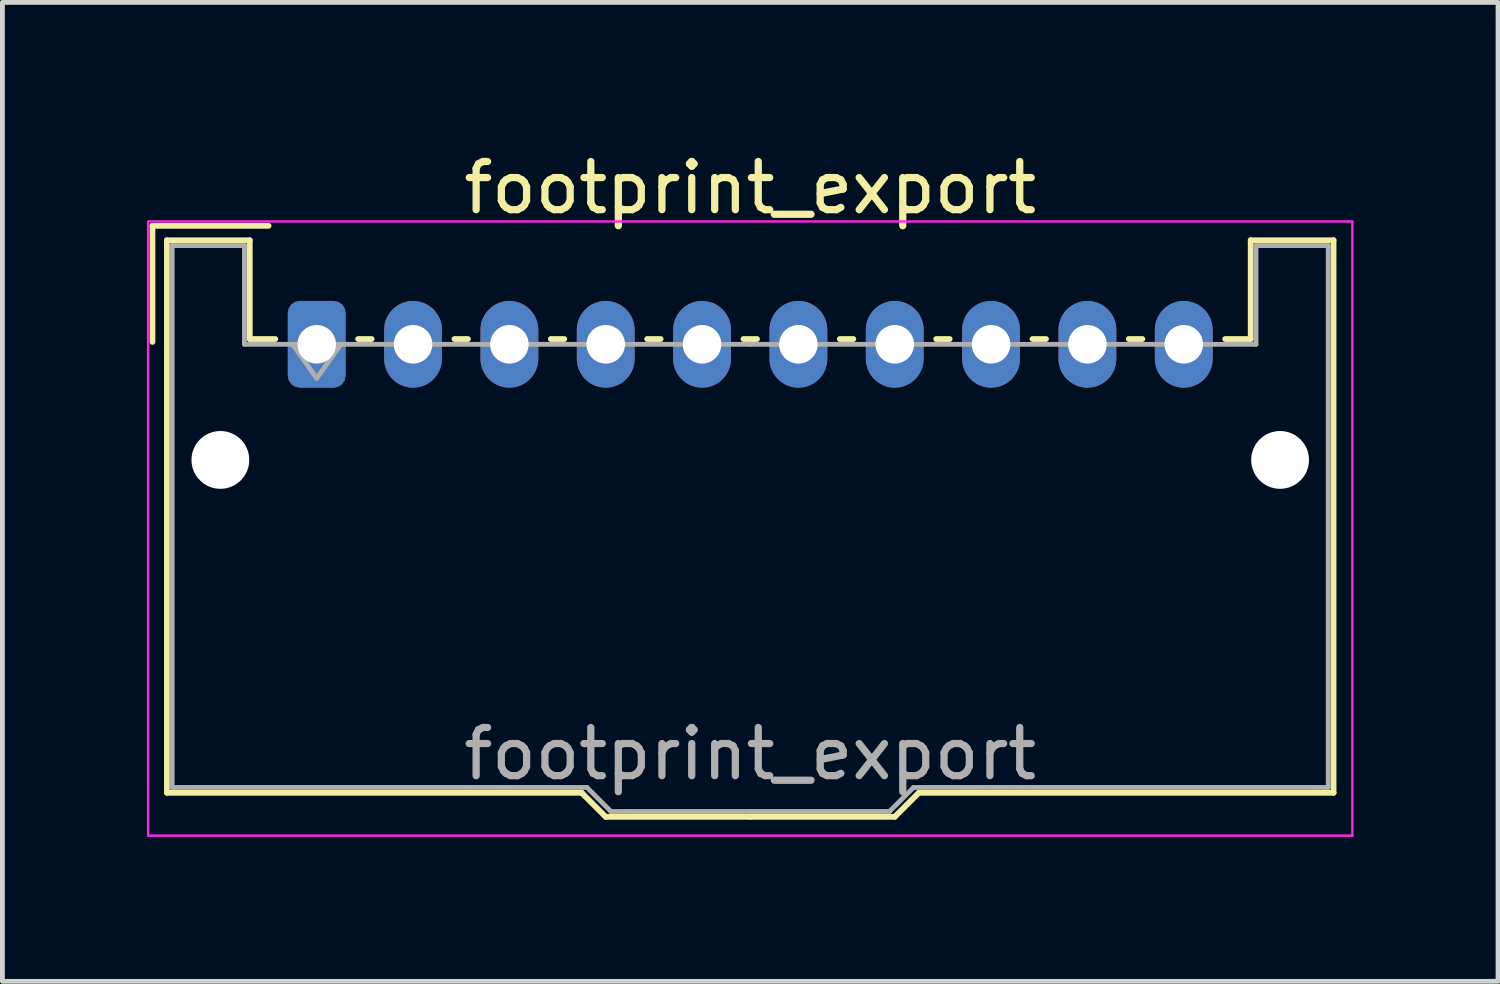
<source format=kicad_pcb>
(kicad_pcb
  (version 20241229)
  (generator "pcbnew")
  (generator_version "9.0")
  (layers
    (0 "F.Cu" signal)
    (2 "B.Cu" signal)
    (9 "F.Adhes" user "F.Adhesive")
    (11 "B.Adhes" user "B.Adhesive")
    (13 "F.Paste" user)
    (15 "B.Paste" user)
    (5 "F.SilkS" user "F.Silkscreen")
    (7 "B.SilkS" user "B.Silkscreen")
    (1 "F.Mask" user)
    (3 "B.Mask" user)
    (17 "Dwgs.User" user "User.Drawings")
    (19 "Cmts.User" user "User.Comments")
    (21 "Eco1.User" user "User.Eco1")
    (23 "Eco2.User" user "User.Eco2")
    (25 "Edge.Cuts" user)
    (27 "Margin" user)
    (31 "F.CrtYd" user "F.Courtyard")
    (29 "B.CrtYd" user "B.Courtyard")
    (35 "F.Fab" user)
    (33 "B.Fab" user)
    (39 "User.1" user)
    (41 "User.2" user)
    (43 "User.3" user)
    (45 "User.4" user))
  (footprint "footprint_export"
    (layer "F.Cu")
    (at 3.525 4.098)
    (property "Reference" "footprint_export" (at 9 -3.25 0) (layer "F.SilkS") (effects (font (size 1 1) (thickness 0.15))))
    (attr through_hole)
    (fp_line (start -3.41 -2.46) (end -1 -2.46) (stroke (width 0.12) (type solid)) (layer "F.SilkS"))
    (fp_line (start -3.41 -0.05) (end -3.41 -2.46) (stroke (width 0.12) (type solid)) (layer "F.SilkS"))
    (fp_line (start -3.11 -2.16) (end -1.39 -2.16) (stroke (width 0.12) (type solid)) (layer "F.SilkS"))
    (fp_line (start -3.11 9.31) (end -3.11 -2.16) (stroke (width 0.12) (type solid)) (layer "F.SilkS"))
    (fp_line (start -1.39 -2.16) (end -1.39 -0.11) (stroke (width 0.12) (type solid)) (layer "F.SilkS"))
    (fp_line (start -1.39 -0.11) (end -0.86 -0.11) (stroke (width 0.12) (type solid)) (layer "F.SilkS"))
    (fp_line (start 0.86 -0.11) (end 1.14 -0.11) (stroke (width 0.12) (type solid)) (layer "F.SilkS"))
    (fp_line (start 2.86 -0.11) (end 3.14 -0.11) (stroke (width 0.12) (type solid)) (layer "F.SilkS"))
    (fp_line (start 4.86 -0.11) (end 5.14 -0.11) (stroke (width 0.12) (type solid)) (layer "F.SilkS"))
    (fp_line (start 5.5 9.31) (end -3.11 9.31) (stroke (width 0.12) (type solid)) (layer "F.SilkS"))
    (fp_line (start 6 9.81) (end 5.5 9.31) (stroke (width 0.12) (type solid)) (layer "F.SilkS"))
    (fp_line (start 6.86 -0.11) (end 7.14 -0.11) (stroke (width 0.12) (type solid)) (layer "F.SilkS"))
    (fp_line (start 8.86 -0.11) (end 9.14 -0.11) (stroke (width 0.12) (type solid)) (layer "F.SilkS"))
    (fp_line (start 9 9.81) (end 6 9.81) (stroke (width 0.12) (type solid)) (layer "F.SilkS"))
    (fp_line (start 9 9.81) (end 12 9.81) (stroke (width 0.12) (type solid)) (layer "F.SilkS"))
    (fp_line (start 10.86 -0.11) (end 11.14 -0.11) (stroke (width 0.12) (type solid)) (layer "F.SilkS"))
    (fp_line (start 12 9.81) (end 12.5 9.31) (stroke (width 0.12) (type solid)) (layer "F.SilkS"))
    (fp_line (start 12.5 9.31) (end 21.11 9.31) (stroke (width 0.12) (type solid)) (layer "F.SilkS"))
    (fp_line (start 12.86 -0.11) (end 13.14 -0.11) (stroke (width 0.12) (type solid)) (layer "F.SilkS"))
    (fp_line (start 14.86 -0.11) (end 15.14 -0.11) (stroke (width 0.12) (type solid)) (layer "F.SilkS"))
    (fp_line (start 16.86 -0.11) (end 17.14 -0.11) (stroke (width 0.12) (type solid)) (layer "F.SilkS"))
    (fp_line (start 19.39 -2.16) (end 19.39 -0.11) (stroke (width 0.12) (type solid)) (layer "F.SilkS"))
    (fp_line (start 19.39 -0.11) (end 18.86 -0.11) (stroke (width 0.12) (type solid)) (layer "F.SilkS"))
    (fp_line (start 21.11 -2.16) (end 19.39 -2.16) (stroke (width 0.12) (type solid)) (layer "F.SilkS"))
    (fp_line (start 21.11 9.31) (end 21.11 -2.16) (stroke (width 0.12) (type solid)) (layer "F.SilkS"))
    (fp_line (start -3.5 -2.55) (end -3.5 10.2) (stroke (width 0.05) (type solid)) (layer "F.CrtYd"))
    (fp_line (start -3.5 10.2) (end 21.5 10.2) (stroke (width 0.05) (type solid)) (layer "F.CrtYd"))
    (fp_line (start 21.5 -2.55) (end -3.5 -2.55) (stroke (width 0.05) (type solid)) (layer "F.CrtYd"))
    (fp_line (start 21.5 10.2) (end 21.5 -2.55) (stroke (width 0.05) (type solid)) (layer "F.CrtYd"))
    (fp_line (start -3 -2.05) (end -1.5 -2.05) (stroke (width 0.1) (type solid)) (layer "F.Fab"))
    (fp_line (start -3 9.2) (end -3 -2.05) (stroke (width 0.1) (type solid)) (layer "F.Fab"))
    (fp_line (start -1.5 -2.05) (end -1.5 0) (stroke (width 0.1) (type solid)) (layer "F.Fab"))
    (fp_line (start -1.5 0) (end 9 0) (stroke (width 0.1) (type solid)) (layer "F.Fab"))
    (fp_line (start -0.5 0) (end 0 0.707) (stroke (width 0.1) (type solid)) (layer "F.Fab"))
    (fp_line (start 0 0.707) (end 0.5 0) (stroke (width 0.1) (type solid)) (layer "F.Fab"))
    (fp_line (start 5.61 9.2) (end -3 9.2) (stroke (width 0.1) (type solid)) (layer "F.Fab"))
    (fp_line (start 6.11 9.7) (end 5.61 9.2) (stroke (width 0.1) (type solid)) (layer "F.Fab"))
    (fp_line (start 9 9.7) (end 6.11 9.7) (stroke (width 0.1) (type solid)) (layer "F.Fab"))
    (fp_line (start 9 9.7) (end 11.89 9.7) (stroke (width 0.1) (type solid)) (layer "F.Fab"))
    (fp_line (start 11.89 9.7) (end 12.39 9.2) (stroke (width 0.1) (type solid)) (layer "F.Fab"))
    (fp_line (start 12.39 9.2) (end 21 9.2) (stroke (width 0.1) (type solid)) (layer "F.Fab"))
    (fp_line (start 19.5 -2.05) (end 19.5 0) (stroke (width 0.1) (type solid)) (layer "F.Fab"))
    (fp_line (start 19.5 0) (end 9 0) (stroke (width 0.1) (type solid)) (layer "F.Fab"))
    (fp_line (start 21 -2.05) (end 19.5 -2.05) (stroke (width 0.1) (type solid)) (layer "F.Fab"))
    (fp_line (start 21 9.2) (end 21 -2.05) (stroke (width 0.1) (type solid)) (layer "F.Fab"))
    (fp_text user "${REFERENCE}" (at 9 8.5 0) (layer "F.Fab") (effects (font (size 1 1) (thickness 0.15))))
    (pad "" np_thru_hole circle (at -2 2.4) (size 1.2 1.2) (drill 1.2) (layers "*.Cu" "*.Mask"))
    (pad "" np_thru_hole circle (at 20 2.4) (size 1.2 1.2) (drill 1.2) (layers "*.Cu" "*.Mask"))
    (pad "1" thru_hole roundrect (at 0 0) (size 1.2 1.8) (drill 0.8) (layers "*.Cu" "*.Mask") (roundrect_rratio 0.208))
    (pad "2" thru_hole oval (at 2 0) (size 1.2 1.8) (drill 0.8) (layers "*.Cu" "*.Mask"))
    (pad "3" thru_hole oval (at 4 0) (size 1.2 1.8) (drill 0.8) (layers "*.Cu" "*.Mask"))
    (pad "4" thru_hole oval (at 6 0) (size 1.2 1.8) (drill 0.8) (layers "*.Cu" "*.Mask"))
    (pad "5" thru_hole oval (at 8 0) (size 1.2 1.8) (drill 0.8) (layers "*.Cu" "*.Mask"))
    (pad "6" thru_hole oval (at 10 0) (size 1.2 1.8) (drill 0.8) (layers "*.Cu" "*.Mask"))
    (pad "7" thru_hole oval (at 12 0) (size 1.2 1.8) (drill 0.8) (layers "*.Cu" "*.Mask"))
    (pad "8" thru_hole oval (at 14 0) (size 1.2 1.8) (drill 0.8) (layers "*.Cu" "*.Mask"))
    (pad "9" thru_hole oval (at 16 0) (size 1.2 1.8) (drill 0.8) (layers "*.Cu" "*.Mask"))
    (pad "10" thru_hole oval (at 18 0) (size 1.2 1.8) (drill 0.8) (layers "*.Cu" "*.Mask")))
  (gr_rect
    (start -3 -3)
    (end 28.05 17.323)
    (stroke (width 0.1) (type default))
    (fill no)
    (layer "Edge.Cuts")))
</source>
